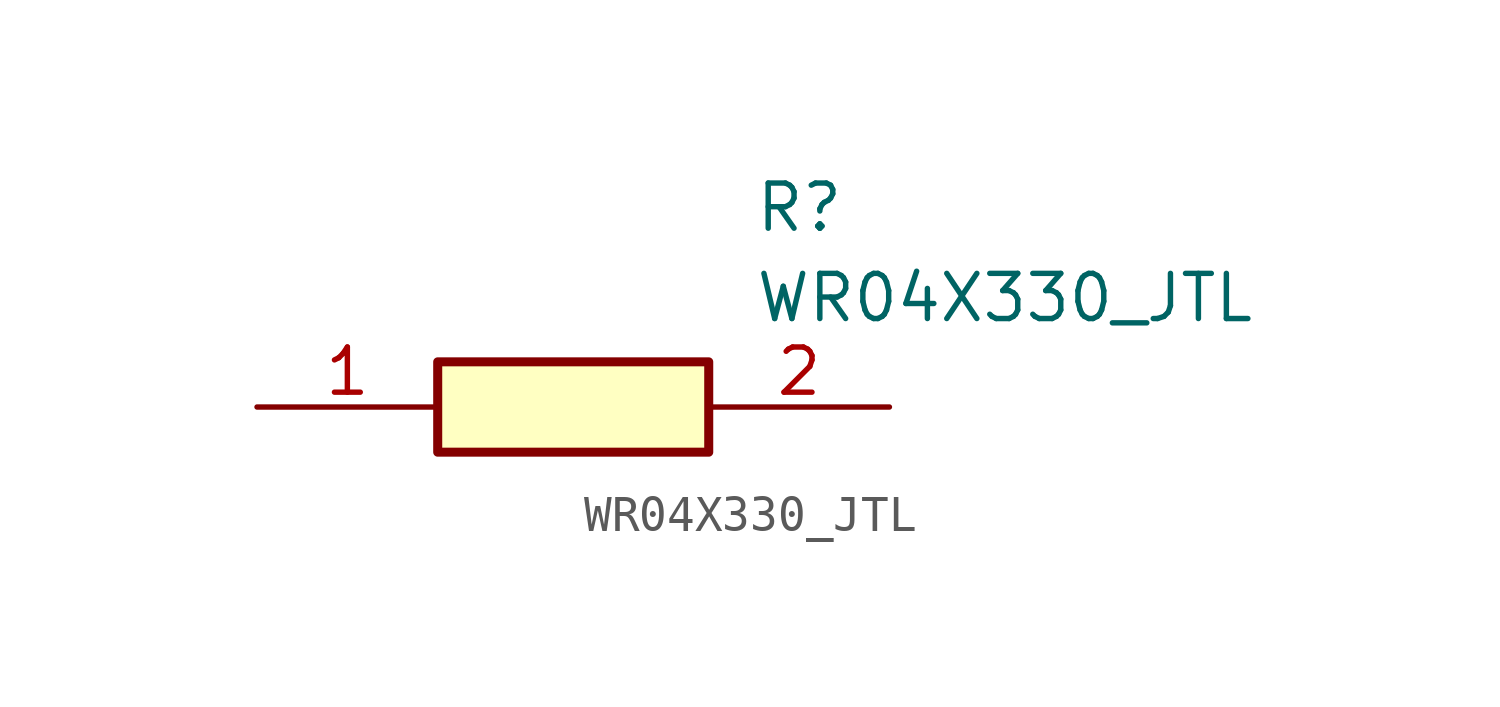
<source format=kicad_sym>
(kicad_symbol_lib
  (version 20211014)
  (generator SamacSys_ECAD_Model)
  (symbol "WR04X330_JTL"
    (pin_names hide)
    (property "Reference" "R"
      (at 13.97 6.35 0)
      (effects (font (size 1.27 1.27)) (justify left top)))
    (property "Value" "WR04X330_JTL"
      (at 13.97 3.81 0)
      (effects (font (size 1.27 1.27)) (justify left top)))
    (rectangle
      (start 5.08 1.27)
      (end 12.7 -1.27)
      (stroke (width 0.254) (type default))
      (fill (type background)))
    (pin passive line
      (at 0 0 0)
      (length 5.08)
      (name "1" (effects (font (size 1.27 1.27))))
      (number "1" (effects (font (size 1.27 1.27)))))
    (pin passive line
      (at 17.78 0 180)
      (length 5.08)
      (name "2" (effects (font (size 1.27 1.27))))
      (number "2" (effects (font (size 1.27 1.27)))))))
</source>
